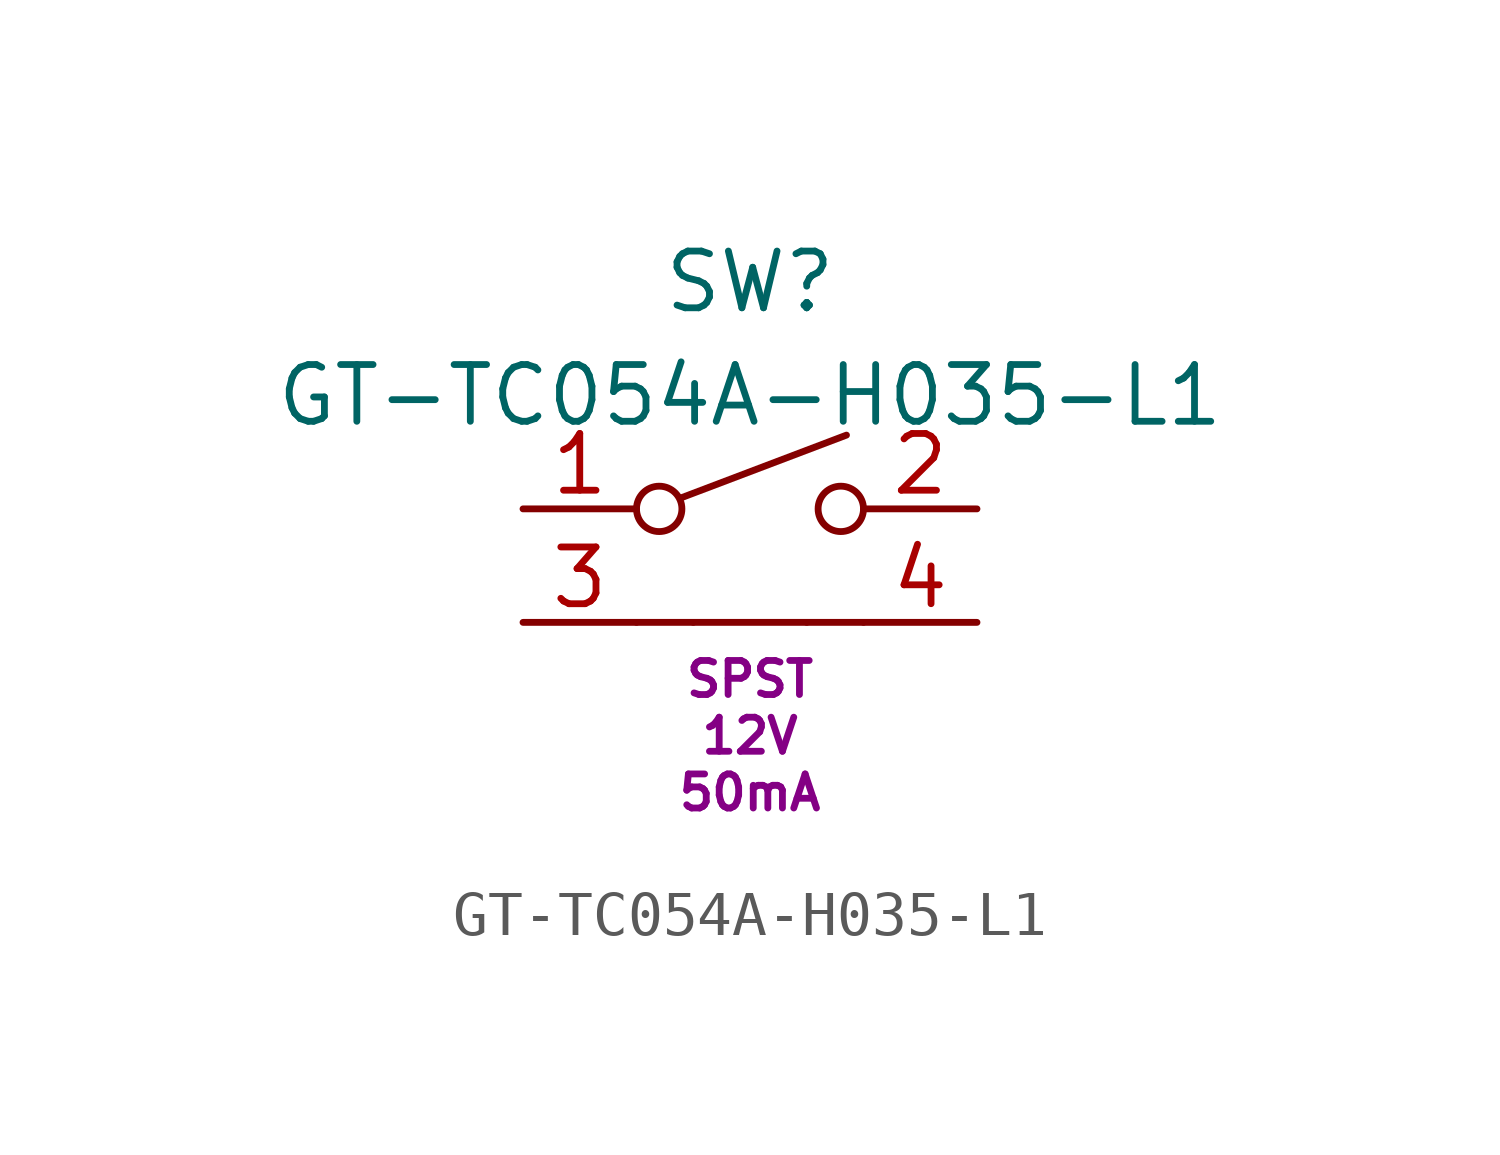
<source format=kicad_sym>
(kicad_symbol_lib
  (version 20220914)
  (generator kicad_symbol_editor)
  (symbol "GT-TC054A-H035-L1"
    (pin_names
      (offset 1.016) hide)
    (property "Reference" "SW"
      (at 0 7.62 0)
      (effects (font (size 1.27 1.27))))
    (property "Value" "GT-TC054A-H035-L1"
      (at 0 5.08 0)
      (effects (font (size 1.27 1.27))))
    (property "Type" "SPST"
      (at 0 -1.27 0)
      (effects (font (size 0.762 0.762))))
    (property "Voltage" "12V"
      (at 0 -2.54 0)
      (effects (font (size 0.762 0.762))))
    (property "Current" "50mA"
      (at 0 -3.81 0)
      (effects (font (size 0.762 0.762))))
    (symbol "GT-TC054A-H035-L1_0_1"
      (circle (center -2.032 2.54) (radius 0.508) (stroke (width 0) (type default)) (fill (type none)))
      (polyline (pts (xy -2.54 0) (xy -1.27 0)) (stroke (width 0) (type default)) (fill (type none)))
      (polyline (pts (xy -1.524 2.794) (xy 2.159 4.191)) (stroke (width 0) (type default)) (fill (type none)))
      (polyline (pts (xy -1.27 0) (xy 1.27 0)) (stroke (width 0) (type default)) (fill (type none)))
      (polyline (pts (xy 2.54 0) (xy 1.27 0)) (stroke (width 0) (type default)) (fill (type none)))
      (circle (center 2.032 2.54) (radius 0.508) (stroke (width 0) (type default)) (fill (type none)))
      (pin passive line (at -5.08 2.54 0) (length 2.54) (name "1" (effects (font (size 1.27 1.27)))) (number "1" (effects (font (size 1.27 1.27)))))
      (pin passive line (at 5.08 2.54 180) (length 2.54) (name "2" (effects (font (size 1.27 1.27)))) (number "2" (effects (font (size 1.27 1.27)))))
      (pin passive line (at -5.08 0 0) (length 2.54) (name "L" (effects (font (size 1.27 1.27)))) (number "3" (effects (font (size 1.27 1.27)))))
      (pin passive line (at 5.08 0 180) (length 2.54) (name "L" (effects (font (size 1.27 1.27)))) (number "4" (effects (font (size 1.27 1.27))))))))
</source>
